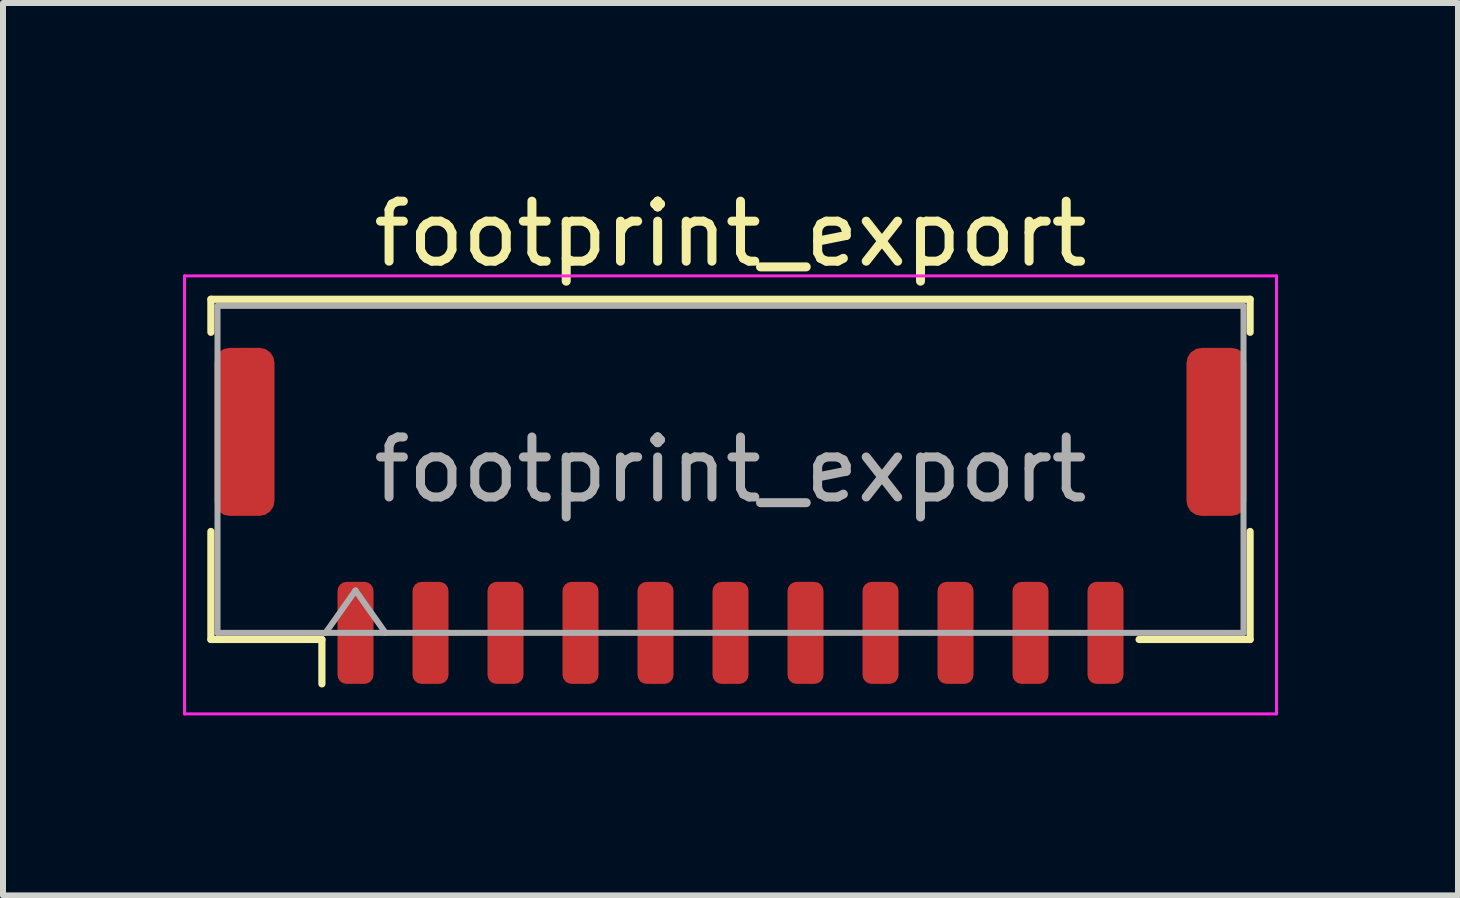
<source format=kicad_pcb>
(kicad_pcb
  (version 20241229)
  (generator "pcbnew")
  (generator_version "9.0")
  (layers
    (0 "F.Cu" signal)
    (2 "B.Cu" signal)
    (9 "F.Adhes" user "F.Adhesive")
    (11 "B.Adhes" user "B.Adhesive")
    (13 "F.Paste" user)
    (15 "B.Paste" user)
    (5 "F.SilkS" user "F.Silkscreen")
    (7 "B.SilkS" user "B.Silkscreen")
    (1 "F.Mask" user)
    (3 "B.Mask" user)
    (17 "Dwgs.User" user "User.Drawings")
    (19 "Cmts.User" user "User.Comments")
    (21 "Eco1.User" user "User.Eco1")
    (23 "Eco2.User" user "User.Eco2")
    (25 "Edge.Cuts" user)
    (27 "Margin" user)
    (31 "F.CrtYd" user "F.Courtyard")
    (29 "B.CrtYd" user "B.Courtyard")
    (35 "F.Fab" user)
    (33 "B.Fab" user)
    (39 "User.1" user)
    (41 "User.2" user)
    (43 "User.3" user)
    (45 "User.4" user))
  (footprint "footprint_export"
    (layer "F.Cu")
    (at 9.125 5.548)
    (property "Reference" "footprint_export" (at 0 -4.7 0) (layer "F.SilkS") (effects (font (size 1 1) (thickness 0.15))))
    (attr smd)
    (fp_line (start -8.66 -3.61) (end 8.66 -3.61) (stroke (width 0.12) (type solid)) (layer "F.SilkS"))
    (fp_line (start -8.66 -3.06) (end -8.66 -3.61) (stroke (width 0.12) (type solid)) (layer "F.SilkS"))
    (fp_line (start -8.66 0.26) (end -8.66 2.06) (stroke (width 0.12) (type solid)) (layer "F.SilkS"))
    (fp_line (start -8.66 2.06) (end -6.81 2.06) (stroke (width 0.12) (type solid)) (layer "F.SilkS"))
    (fp_line (start -6.81 2.06) (end -6.81 2.8) (stroke (width 0.12) (type solid)) (layer "F.SilkS"))
    (fp_line (start 8.66 -3.61) (end 8.66 -3.06) (stroke (width 0.12) (type solid)) (layer "F.SilkS"))
    (fp_line (start 8.66 0.26) (end 8.66 2.06) (stroke (width 0.12) (type solid)) (layer "F.SilkS"))
    (fp_line (start 8.66 2.06) (end 6.81 2.06) (stroke (width 0.12) (type solid)) (layer "F.SilkS"))
    (fp_line (start -9.1 -4) (end -9.1 3.3) (stroke (width 0.05) (type solid)) (layer "F.CrtYd"))
    (fp_line (start -9.1 3.3) (end 9.1 3.3) (stroke (width 0.05) (type solid)) (layer "F.CrtYd"))
    (fp_line (start 9.1 -4) (end -9.1 -4) (stroke (width 0.05) (type solid)) (layer "F.CrtYd"))
    (fp_line (start 9.1 3.3) (end 9.1 -4) (stroke (width 0.05) (type solid)) (layer "F.CrtYd"))
    (fp_line (start -8.55 -3.5) (end 8.55 -3.5) (stroke (width 0.1) (type solid)) (layer "F.Fab"))
    (fp_line (start -8.55 1.95) (end -8.55 -3.5) (stroke (width 0.1) (type solid)) (layer "F.Fab"))
    (fp_line (start -8.55 1.95) (end 8.55 1.95) (stroke (width 0.1) (type solid)) (layer "F.Fab"))
    (fp_line (start -6.75 1.95) (end -6.25 1.243) (stroke (width 0.1) (type solid)) (layer "F.Fab"))
    (fp_line (start -6.25 1.243) (end -5.75 1.95) (stroke (width 0.1) (type solid)) (layer "F.Fab"))
    (fp_line (start 8.55 1.95) (end 8.55 -3.5) (stroke (width 0.1) (type solid)) (layer "F.Fab"))
    (fp_text user "${REFERENCE}" (at 0 -0.77 0) (layer "F.Fab") (effects (font (size 1 1) (thickness 0.15))))
    (pad "1" smd roundrect (at -6.25 1.95) (size 0.6 1.7) (layers "F.Cu" "F.Mask" "F.Paste") (roundrect_rratio 0.25))
    (pad "2" smd roundrect (at -5 1.95) (size 0.6 1.7) (layers "F.Cu" "F.Mask" "F.Paste") (roundrect_rratio 0.25))
    (pad "3" smd roundrect (at -3.75 1.95) (size 0.6 1.7) (layers "F.Cu" "F.Mask" "F.Paste") (roundrect_rratio 0.25))
    (pad "4" smd roundrect (at -2.5 1.95) (size 0.6 1.7) (layers "F.Cu" "F.Mask" "F.Paste") (roundrect_rratio 0.25))
    (pad "5" smd roundrect (at -1.25 1.95) (size 0.6 1.7) (layers "F.Cu" "F.Mask" "F.Paste") (roundrect_rratio 0.25))
    (pad "6" smd roundrect (at 0 1.95) (size 0.6 1.7) (layers "F.Cu" "F.Mask" "F.Paste") (roundrect_rratio 0.25))
    (pad "7" smd roundrect (at 1.25 1.95) (size 0.6 1.7) (layers "F.Cu" "F.Mask" "F.Paste") (roundrect_rratio 0.25))
    (pad "8" smd roundrect (at 2.5 1.95) (size 0.6 1.7) (layers "F.Cu" "F.Mask" "F.Paste") (roundrect_rratio 0.25))
    (pad "9" smd roundrect (at 3.75 1.95) (size 0.6 1.7) (layers "F.Cu" "F.Mask" "F.Paste") (roundrect_rratio 0.25))
    (pad "10" smd roundrect (at 5 1.95) (size 0.6 1.7) (layers "F.Cu" "F.Mask" "F.Paste") (roundrect_rratio 0.25))
    (pad "11" smd roundrect (at 6.25 1.95) (size 0.6 1.7) (layers "F.Cu" "F.Mask" "F.Paste") (roundrect_rratio 0.25))
    (pad "MP" smd roundrect (at -8.1 -1.4) (size 1 2.8) (layers "F.Cu" "F.Mask" "F.Paste") (roundrect_rratio 0.25))
    (pad "MP" smd roundrect (at 8.1 -1.4) (size 1 2.8) (layers "F.Cu" "F.Mask" "F.Paste") (roundrect_rratio 0.25)))
  (gr_rect
    (start -3 -3)
    (end 21.25 11.873)
    (stroke (width 0.1) (type default))
    (fill no)
    (layer "Edge.Cuts")))
</source>
